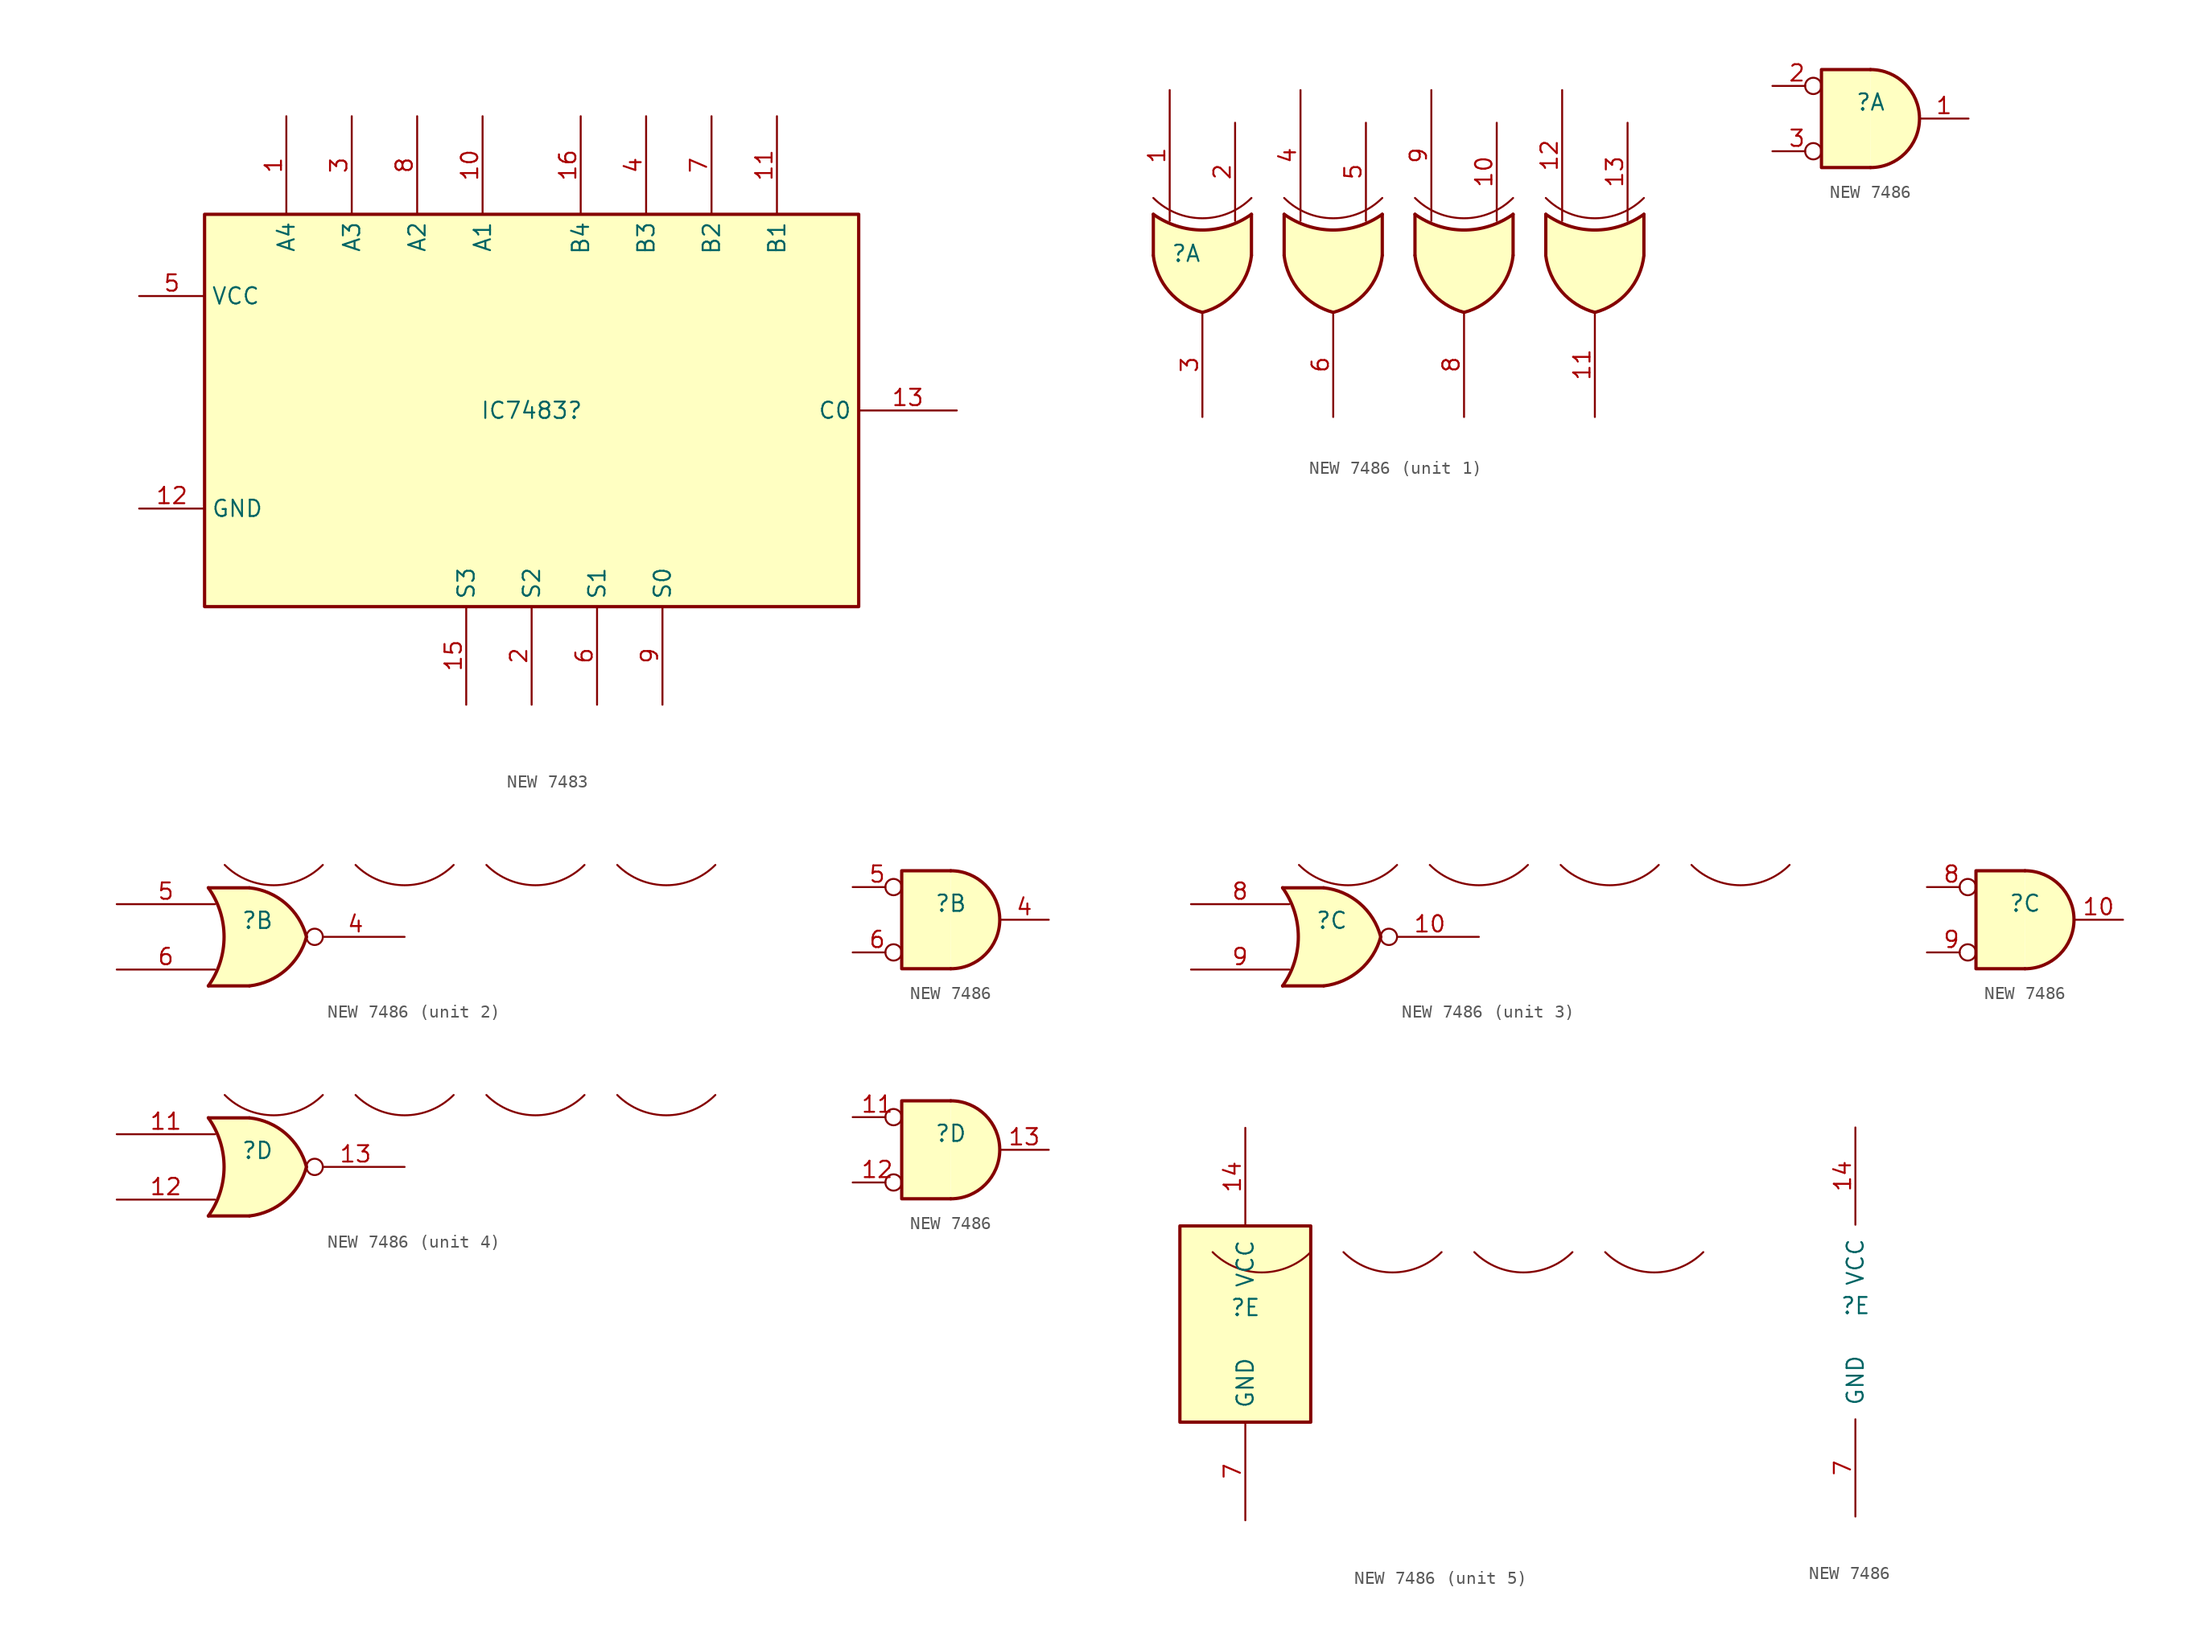
<source format=kicad_sym>
(kicad_symbol_lib
  (version 20241209)
  (generator "kicad_symbol_editor")
  (generator_version "9.0")
  (symbol "NEW 7483"
    (property "Reference" "IC7483"
      (at 0 0 0)
      (effects (font (size 1.27 1.27))))
    (property "Value" ""
      (at 0 0 0)
      (effects (font (size 1.27 1.27))))
    (symbol "NEW 7483_0_0"
      (rectangle (start 25.4 15.24) (end -25.4 -15.24) (stroke (width 0.254) (type default)) (fill (type background)))
      (pin power_in line (at -30.48 8.89 0) (length 5.08) (name "VCC" (effects (font (size 1.27 1.27)))) (number "5" (effects (font (size 1.27 1.27)))))
      (pin power_in line (at -30.48 -7.62 0) (length 5.08) (name "GND" (effects (font (size 1.27 1.27)))) (number "12" (effects (font (size 1.27 1.27))))))
    (symbol "NEW 7483_1_1"
      (pin input line (at -25.4 0 0) (length 0) (name "" (effects (font (size 1.27 1.27)))) (number "" (effects (font (size 1.27 1.27)))))
      (pin input line (at -19.05 22.86 270) (length 7.62) (name "A4" (effects (font (size 1.27 1.27)))) (number "1" (effects (font (size 1.27 1.27)))))
      (pin input line (at -13.97 22.86 270) (length 7.62) (name "A3" (effects (font (size 1.27 1.27)))) (number "3" (effects (font (size 1.27 1.27)))))
      (pin input line (at -8.89 22.86 270) (length 7.62) (name "A2" (effects (font (size 1.27 1.27)))) (number "8" (effects (font (size 1.27 1.27)))))
      (pin output line (at -5.08 -22.86 90) (length 7.62) (name "S3" (effects (font (size 1.27 1.27)))) (number "15" (effects (font (size 1.27 1.27)))))
      (pin input line (at -3.81 22.86 270) (length 7.62) (name "A1" (effects (font (size 1.27 1.27)))) (number "10" (effects (font (size 1.27 1.27)))))
      (pin output line (at 0 -22.86 90) (length 7.62) (name "S2" (effects (font (size 1.27 1.27)))) (number "2" (effects (font (size 1.27 1.27)))))
      (pin input line (at 3.81 22.86 270) (length 7.62) (name "B4" (effects (font (size 1.27 1.27)))) (number "16" (effects (font (size 1.27 1.27)))))
      (pin output line (at 5.08 -22.86 90) (length 7.62) (name "S1" (effects (font (size 1.27 1.27)))) (number "6" (effects (font (size 1.27 1.27)))))
      (pin input line (at 8.89 22.86 270) (length 7.62) (name "B3" (effects (font (size 1.27 1.27)))) (number "4" (effects (font (size 1.27 1.27)))))
      (pin output line (at 10.16 -22.86 90) (length 7.62) (name "S0" (effects (font (size 1.27 1.27)))) (number "9" (effects (font (size 1.27 1.27)))))
      (pin input line (at 13.97 22.86 270) (length 7.62) (name "B2" (effects (font (size 1.27 1.27)))) (number "7" (effects (font (size 1.27 1.27)))))
      (pin input line (at 19.05 22.86 270) (length 7.62) (name "B1" (effects (font (size 1.27 1.27)))) (number "11" (effects (font (size 1.27 1.27)))))
      (pin input line (at 33.02 0 180) (length 7.62) (name "C0" (effects (font (size 1.27 1.27)))) (number "13" (effects (font (size 1.27 1.27)))))))
  (symbol "NEW 7486"
    (pin_names
      (offset 1.016))
    (property "Reference" ""
      (at 0 1.27 0)
      (effects (font (size 1.27 1.27))))
    (property "ki_locked" ""
      (at 0 0 0)
      (effects (font (size 1.27 1.27))))
    (symbol "NEW 7486_0_1"
      (arc (start 5.08 5.588) (mid 1.27 4.0098) (end -2.54 5.588) (stroke (width 0) (type default)) (fill (type none)))
      (arc (start 15.24 5.588) (mid 11.43 4.0098) (end 7.62 5.588) (stroke (width 0) (type default)) (fill (type none)))
      (arc (start 25.4 5.588) (mid 21.59 4.0098) (end 17.78 5.588) (stroke (width 0) (type default)) (fill (type none)))
      (arc (start 35.56 5.588) (mid 31.75 4.0098) (end 27.94 5.588) (stroke (width 0) (type default)) (fill (type none))))
    (symbol "NEW 7486_1_1"
      (polyline (pts (xy -2.54 4.318) (xy -2.54 1.143)) (stroke (width 0.254) (type default)) (fill (type background)))
      (arc (start 5.08 1.1176) (mid 3.8624 -1.6848) (end 1.27 -3.302) (stroke (width 0.254) (type default)) (fill (type background)))
      (arc (start 5.08 4.318) (mid 1.27 3.097) (end -2.54 4.318) (stroke (width 0.254) (type default)) (fill (type none)))
      (arc (start 1.27 -3.302) (mid -1.314 -1.6775) (end -2.54 1.1176) (stroke (width 0.254) (type default)) (fill (type background)))
      (polyline (pts (xy 5.08 4.318) (xy 5.08 1.143)) (stroke (width 0.254) (type default)) (fill (type background)))
      (polyline (pts (xy 5.08 1.143) (xy 5.08 4.318) (xy 5.08 4.318) (xy 4.674 4.064) (xy 3.531 3.531) (xy 2.311 3.2) (xy 1.016 3.124) (xy -0.229 3.277) (xy -1.448 3.683) (xy -2.54 4.318) (xy -2.54 4.318) (xy -2.54 1.143)) (stroke (width -25.4) (type default)) (fill (type background)))
      (polyline (pts (xy 7.62 4.318) (xy 7.62 1.143)) (stroke (width 0.254) (type default)) (fill (type background)))
      (arc (start 15.24 1.1176) (mid 14.0224 -1.6848) (end 11.43 -3.302) (stroke (width 0.254) (type default)) (fill (type background)))
      (arc (start 15.24 4.318) (mid 11.43 3.097) (end 7.62 4.318) (stroke (width 0.254) (type default)) (fill (type none)))
      (arc (start 11.43 -3.302) (mid 8.846 -1.6775) (end 7.62 1.1176) (stroke (width 0.254) (type default)) (fill (type background)))
      (polyline (pts (xy 15.24 4.318) (xy 15.24 1.143)) (stroke (width 0.254) (type default)) (fill (type background)))
      (polyline (pts (xy 15.24 1.143) (xy 15.24 4.318) (xy 15.24 4.318) (xy 14.834 4.064) (xy 13.691 3.531) (xy 12.471 3.2) (xy 11.176 3.124) (xy 9.931 3.277) (xy 8.712 3.683) (xy 7.62 4.318) (xy 7.62 4.318) (xy 7.62 1.143)) (stroke (width -25.4) (type default)) (fill (type background)))
      (polyline (pts (xy 17.78 4.318) (xy 17.78 1.143)) (stroke (width 0.254) (type default)) (fill (type background)))
      (arc (start 25.4 1.1176) (mid 24.1824 -1.6848) (end 21.59 -3.302) (stroke (width 0.254) (type default)) (fill (type background)))
      (arc (start 25.4 4.318) (mid 21.59 3.097) (end 17.78 4.318) (stroke (width 0.254) (type default)) (fill (type none)))
      (arc (start 21.59 -3.302) (mid 19.006 -1.6775) (end 17.78 1.1176) (stroke (width 0.254) (type default)) (fill (type background)))
      (polyline (pts (xy 25.4 4.318) (xy 25.4 1.143)) (stroke (width 0.254) (type default)) (fill (type background)))
      (polyline (pts (xy 25.4 1.143) (xy 25.4 4.318) (xy 25.4 4.318) (xy 24.994 4.064) (xy 23.851 3.531) (xy 22.631 3.2) (xy 21.336 3.124) (xy 20.091 3.277) (xy 18.872 3.683) (xy 17.78 4.318) (xy 17.78 4.318) (xy 17.78 1.143)) (stroke (width -25.4) (type default)) (fill (type background)))
      (polyline (pts (xy 27.94 4.318) (xy 27.94 1.143)) (stroke (width 0.254) (type default)) (fill (type background)))
      (arc (start 35.56 1.1176) (mid 34.3424 -1.6848) (end 31.75 -3.302) (stroke (width 0.254) (type default)) (fill (type background)))
      (arc (start 35.56 4.318) (mid 31.75 3.097) (end 27.94 4.318) (stroke (width 0.254) (type default)) (fill (type none)))
      (arc (start 31.75 -3.302) (mid 29.166 -1.6775) (end 27.94 1.1176) (stroke (width 0.254) (type default)) (fill (type background)))
      (polyline (pts (xy 35.56 4.318) (xy 35.56 1.143)) (stroke (width 0.254) (type default)) (fill (type background)))
      (polyline (pts (xy 35.56 1.143) (xy 35.56 4.318) (xy 35.56 4.318) (xy 35.154 4.064) (xy 34.011 3.531) (xy 32.791 3.2) (xy 31.496 3.124) (xy 30.251 3.277) (xy 29.032 3.683) (xy 27.94 4.318) (xy 27.94 4.318) (xy 27.94 1.143)) (stroke (width -25.4) (type default)) (fill (type background)))
      (pin input line (at -1.27 13.97 270) (length 10.16) (name "~" (effects (font (size 1.27 1.27)))) (number "1" (effects (font (size 1.27 1.27)))))
      (pin output line (at 1.27 -11.43 90) (length 8.128) (name "~" (effects (font (size 1.27 1.27)))) (number "3" (effects (font (size 1.27 1.27)))))
      (pin input line (at 3.81 11.43 270) (length 7.62) (name "~" (effects (font (size 1.27 1.27)))) (number "2" (effects (font (size 1.27 1.27)))))
      (pin input line (at 8.89 13.97 270) (length 10.16) (name "~" (effects (font (size 1.27 1.27)))) (number "4" (effects (font (size 1.27 1.27)))))
      (pin output line (at 11.43 -11.43 90) (length 8.128) (name "~" (effects (font (size 1.27 1.27)))) (number "6" (effects (font (size 1.27 1.27)))))
      (pin input line (at 13.97 11.43 270) (length 7.62) (name "~" (effects (font (size 1.27 1.27)))) (number "5" (effects (font (size 1.27 1.27)))))
      (pin input line (at 19.05 13.97 270) (length 10.16) (name "~" (effects (font (size 1.27 1.27)))) (number "9" (effects (font (size 1.27 1.27)))))
      (pin output line (at 21.59 -11.43 90) (length 8.128) (name "~" (effects (font (size 1.27 1.27)))) (number "8" (effects (font (size 1.27 1.27)))))
      (pin input line (at 24.13 11.43 270) (length 7.62) (name "~" (effects (font (size 1.27 1.27)))) (number "10" (effects (font (size 1.27 1.27)))))
      (pin input line (at 29.21 13.97 270) (length 10.16) (name "~" (effects (font (size 1.27 1.27)))) (number "12" (effects (font (size 1.27 1.27)))))
      (pin output line (at 31.75 -11.43 90) (length 8.128) (name "~" (effects (font (size 1.27 1.27)))) (number "11" (effects (font (size 1.27 1.27)))))
      (pin input line (at 34.29 11.43 270) (length 7.62) (name "~" (effects (font (size 1.27 1.27)))) (number "13" (effects (font (size 1.27 1.27))))))
    (symbol "NEW 7486_1_2"
      (arc (start 0 3.81) (mid 3.7934 0) (end 0 -3.81) (stroke (width 0.254) (type default)) (fill (type background)))
      (polyline (pts (xy 0 3.81) (xy -3.81 3.81) (xy -3.81 -3.81) (xy 0 -3.81)) (stroke (width 0.254) (type default)) (fill (type background)))
      (pin input inverted (at -7.62 2.54 0) (length 3.81) (name "~" (effects (font (size 1.27 1.27)))) (number "2" (effects (font (size 1.27 1.27)))))
      (pin input inverted (at -7.62 -2.54 0) (length 3.81) (name "~" (effects (font (size 1.27 1.27)))) (number "3" (effects (font (size 1.27 1.27)))))
      (pin output line (at 7.62 0 180) (length 3.81) (name "~" (effects (font (size 1.27 1.27)))) (number "1" (effects (font (size 1.27 1.27))))))
    (symbol "NEW 7486_2_1"
      (arc (start -3.81 3.81) (mid -2.589 0) (end -3.81 -3.81) (stroke (width 0.254) (type default)) (fill (type none)))
      (polyline (pts (xy -3.81 3.81) (xy -0.635 3.81)) (stroke (width 0.254) (type default)) (fill (type background)))
      (polyline (pts (xy -3.81 -3.81) (xy -0.635 -3.81)) (stroke (width 0.254) (type default)) (fill (type background)))
      (arc (start 3.81 0) (mid 2.1855 -2.584) (end -0.6096 -3.81) (stroke (width 0.254) (type default)) (fill (type background)))
      (arc (start -0.6096 3.81) (mid 2.1928 2.5924) (end 3.81 0) (stroke (width 0.254) (type default)) (fill (type background)))
      (polyline (pts (xy -0.635 3.81) (xy -3.81 3.81) (xy -3.81 3.81) (xy -3.556 3.404) (xy -3.023 2.261) (xy -2.692 1.041) (xy -2.616 -0.254) (xy -2.769 -1.499) (xy -3.175 -2.718) (xy -3.81 -3.81) (xy -3.81 -3.81) (xy -0.635 -3.81)) (stroke (width -25.4) (type default)) (fill (type background)))
      (pin input line (at -10.922 2.54 0) (length 7.62) (name "~" (effects (font (size 1.27 1.27)))) (number "5" (effects (font (size 1.27 1.27)))))
      (pin input line (at -10.922 -2.54 0) (length 7.62) (name "~" (effects (font (size 1.27 1.27)))) (number "6" (effects (font (size 1.27 1.27)))))
      (pin output inverted (at 11.43 0 180) (length 7.62) (name "~" (effects (font (size 1.27 1.27)))) (number "4" (effects (font (size 1.27 1.27))))))
    (symbol "NEW 7486_2_2"
      (arc (start 0 3.81) (mid 3.7934 0) (end 0 -3.81) (stroke (width 0.254) (type default)) (fill (type background)))
      (polyline (pts (xy 0 3.81) (xy -3.81 3.81) (xy -3.81 -3.81) (xy 0 -3.81)) (stroke (width 0.254) (type default)) (fill (type background)))
      (pin input inverted (at -7.62 2.54 0) (length 3.81) (name "~" (effects (font (size 1.27 1.27)))) (number "5" (effects (font (size 1.27 1.27)))))
      (pin input inverted (at -7.62 -2.54 0) (length 3.81) (name "~" (effects (font (size 1.27 1.27)))) (number "6" (effects (font (size 1.27 1.27)))))
      (pin output line (at 7.62 0 180) (length 3.81) (name "~" (effects (font (size 1.27 1.27)))) (number "4" (effects (font (size 1.27 1.27))))))
    (symbol "NEW 7486_3_1"
      (arc (start -3.81 3.81) (mid -2.589 0) (end -3.81 -3.81) (stroke (width 0.254) (type default)) (fill (type none)))
      (polyline (pts (xy -3.81 3.81) (xy -0.635 3.81)) (stroke (width 0.254) (type default)) (fill (type background)))
      (polyline (pts (xy -3.81 -3.81) (xy -0.635 -3.81)) (stroke (width 0.254) (type default)) (fill (type background)))
      (arc (start 3.81 0) (mid 2.1855 -2.584) (end -0.6096 -3.81) (stroke (width 0.254) (type default)) (fill (type background)))
      (arc (start -0.6096 3.81) (mid 2.1928 2.5924) (end 3.81 0) (stroke (width 0.254) (type default)) (fill (type background)))
      (polyline (pts (xy -0.635 3.81) (xy -3.81 3.81) (xy -3.81 3.81) (xy -3.556 3.404) (xy -3.023 2.261) (xy -2.692 1.041) (xy -2.616 -0.254) (xy -2.769 -1.499) (xy -3.175 -2.718) (xy -3.81 -3.81) (xy -3.81 -3.81) (xy -0.635 -3.81)) (stroke (width -25.4) (type default)) (fill (type background)))
      (pin input line (at -10.922 2.54 0) (length 7.62) (name "~" (effects (font (size 1.27 1.27)))) (number "8" (effects (font (size 1.27 1.27)))))
      (pin input line (at -10.922 -2.54 0) (length 7.62) (name "~" (effects (font (size 1.27 1.27)))) (number "9" (effects (font (size 1.27 1.27)))))
      (pin output inverted (at 11.43 0 180) (length 7.62) (name "~" (effects (font (size 1.27 1.27)))) (number "10" (effects (font (size 1.27 1.27))))))
    (symbol "NEW 7486_3_2"
      (arc (start 0 3.81) (mid 3.7934 0) (end 0 -3.81) (stroke (width 0.254) (type default)) (fill (type background)))
      (polyline (pts (xy 0 3.81) (xy -3.81 3.81) (xy -3.81 -3.81) (xy 0 -3.81)) (stroke (width 0.254) (type default)) (fill (type background)))
      (pin input inverted (at -7.62 2.54 0) (length 3.81) (name "~" (effects (font (size 1.27 1.27)))) (number "8" (effects (font (size 1.27 1.27)))))
      (pin input inverted (at -7.62 -2.54 0) (length 3.81) (name "~" (effects (font (size 1.27 1.27)))) (number "9" (effects (font (size 1.27 1.27)))))
      (pin output line (at 7.62 0 180) (length 3.81) (name "~" (effects (font (size 1.27 1.27)))) (number "10" (effects (font (size 1.27 1.27))))))
    (symbol "NEW 7486_4_1"
      (arc (start -3.81 3.81) (mid -2.589 0) (end -3.81 -3.81) (stroke (width 0.254) (type default)) (fill (type none)))
      (polyline (pts (xy -3.81 3.81) (xy -0.635 3.81)) (stroke (width 0.254) (type default)) (fill (type background)))
      (polyline (pts (xy -3.81 -3.81) (xy -0.635 -3.81)) (stroke (width 0.254) (type default)) (fill (type background)))
      (arc (start 3.81 0) (mid 2.1855 -2.584) (end -0.6096 -3.81) (stroke (width 0.254) (type default)) (fill (type background)))
      (arc (start -0.6096 3.81) (mid 2.1928 2.5924) (end 3.81 0) (stroke (width 0.254) (type default)) (fill (type background)))
      (polyline (pts (xy -0.635 3.81) (xy -3.81 3.81) (xy -3.81 3.81) (xy -3.556 3.404) (xy -3.023 2.261) (xy -2.692 1.041) (xy -2.616 -0.254) (xy -2.769 -1.499) (xy -3.175 -2.718) (xy -3.81 -3.81) (xy -3.81 -3.81) (xy -0.635 -3.81)) (stroke (width -25.4) (type default)) (fill (type background)))
      (pin input line (at -10.922 2.54 0) (length 7.62) (name "~" (effects (font (size 1.27 1.27)))) (number "11" (effects (font (size 1.27 1.27)))))
      (pin input line (at -10.922 -2.54 0) (length 7.62) (name "~" (effects (font (size 1.27 1.27)))) (number "12" (effects (font (size 1.27 1.27)))))
      (pin output inverted (at 11.43 0 180) (length 7.62) (name "~" (effects (font (size 1.27 1.27)))) (number "13" (effects (font (size 1.27 1.27))))))
    (symbol "NEW 7486_4_2"
      (arc (start 0 3.81) (mid 3.7934 0) (end 0 -3.81) (stroke (width 0.254) (type default)) (fill (type background)))
      (polyline (pts (xy 0 3.81) (xy -3.81 3.81) (xy -3.81 -3.81) (xy 0 -3.81)) (stroke (width 0.254) (type default)) (fill (type background)))
      (pin input inverted (at -7.62 2.54 0) (length 3.81) (name "~" (effects (font (size 1.27 1.27)))) (number "11" (effects (font (size 1.27 1.27)))))
      (pin input inverted (at -7.62 -2.54 0) (length 3.81) (name "~" (effects (font (size 1.27 1.27)))) (number "12" (effects (font (size 1.27 1.27)))))
      (pin output line (at 7.62 0 180) (length 3.81) (name "~" (effects (font (size 1.27 1.27)))) (number "13" (effects (font (size 1.27 1.27))))))
    (symbol "NEW 7486_5_0"
      (pin power_in line (at 0 15.24 270) (length 7.62) (name "VCC" (effects (font (size 1.27 1.27)))) (number "14" (effects (font (size 1.27 1.27)))))
      (pin power_in line (at 0 -15.24 90) (length 7.62) (name "GND" (effects (font (size 1.27 1.27)))) (number "7" (effects (font (size 1.27 1.27))))))
    (symbol "NEW 7486_5_1"
      (rectangle (start -5.08 7.62) (end 5.08 -7.62) (stroke (width 0.254) (type default)) (fill (type background))))))
</source>
